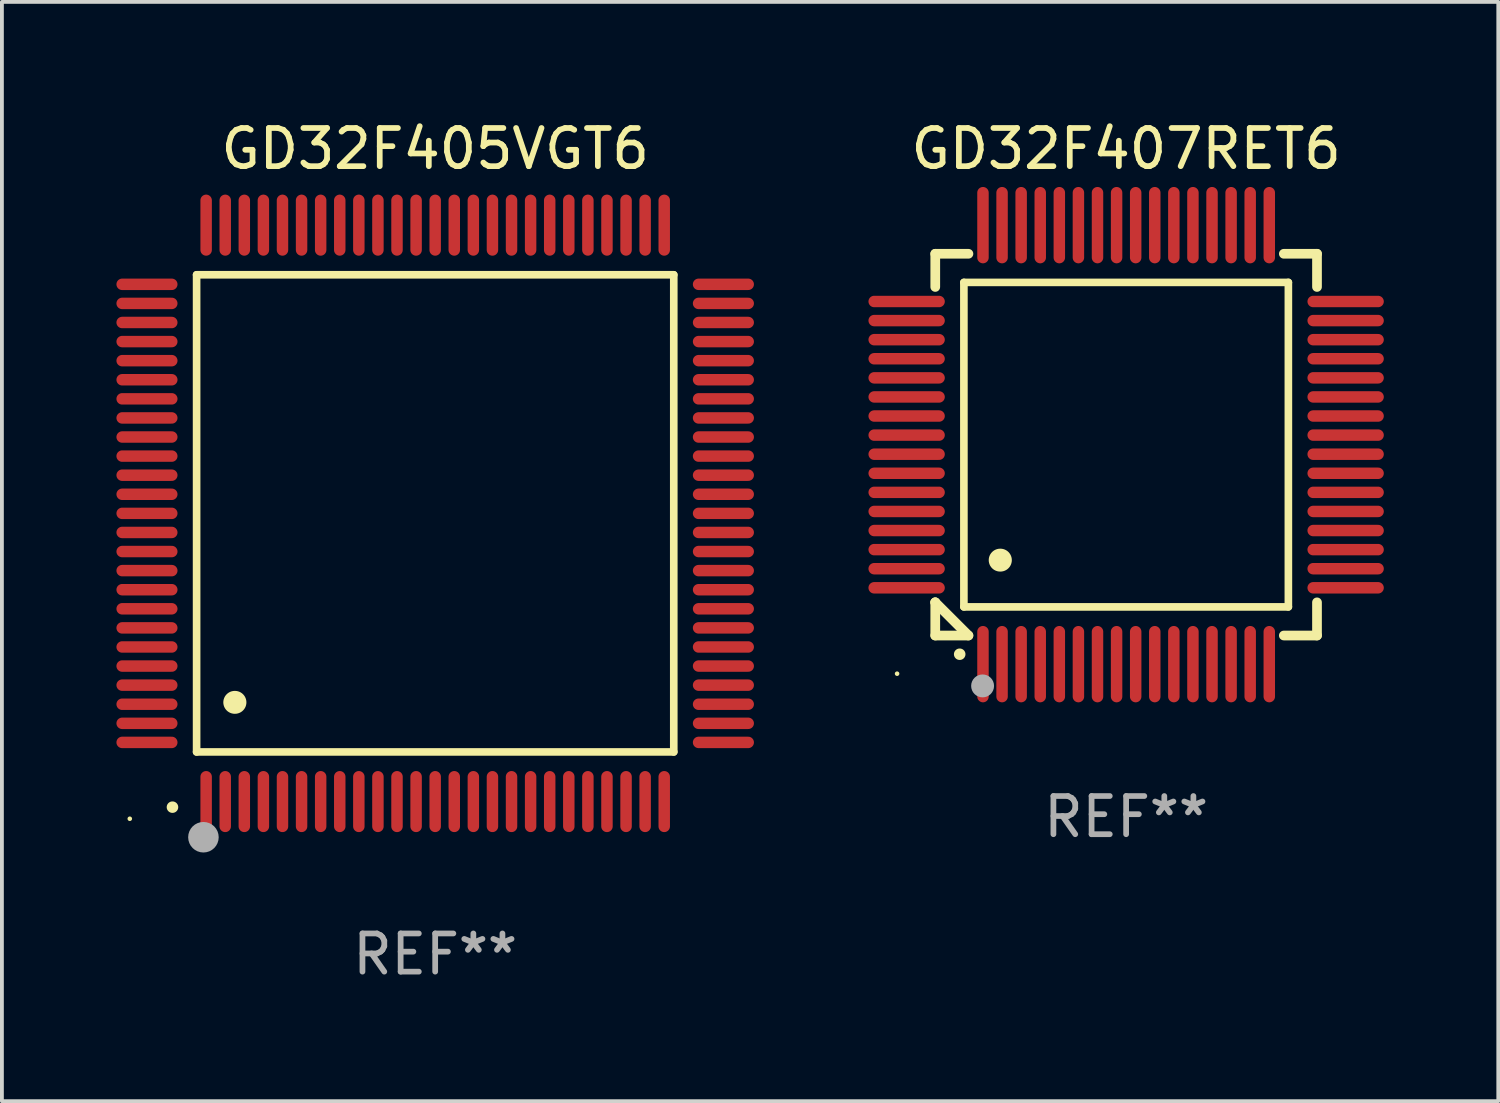
<source format=kicad_pcb>
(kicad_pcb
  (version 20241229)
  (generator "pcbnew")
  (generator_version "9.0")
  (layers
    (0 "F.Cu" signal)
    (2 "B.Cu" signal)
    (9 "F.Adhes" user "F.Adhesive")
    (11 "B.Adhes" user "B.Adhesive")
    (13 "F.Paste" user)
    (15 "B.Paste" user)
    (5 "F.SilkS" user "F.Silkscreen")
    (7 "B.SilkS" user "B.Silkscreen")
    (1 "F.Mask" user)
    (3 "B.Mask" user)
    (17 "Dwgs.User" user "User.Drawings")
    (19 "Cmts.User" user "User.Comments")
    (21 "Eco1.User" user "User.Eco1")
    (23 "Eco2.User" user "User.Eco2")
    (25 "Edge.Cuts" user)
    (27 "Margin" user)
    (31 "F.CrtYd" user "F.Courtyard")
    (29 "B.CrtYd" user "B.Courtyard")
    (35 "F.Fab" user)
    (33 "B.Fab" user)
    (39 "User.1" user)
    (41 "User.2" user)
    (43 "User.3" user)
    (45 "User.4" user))
  (footprint "GD32F407RET6"
    (layer "F.Cu")
    (at 26.45 8.598)
    (property "Reference" "GD32F407RET6" (at 0 -7.75 0) (layer "F.SilkS") (effects (font (size 1 1) (thickness 0.15))))
    (attr through_hole)
    (fp_line (start -5 -5) (end -4.131 -5) (stroke (width 0.254) (type solid)) (layer "F.SilkS"))
    (fp_line (start -5 -4.131) (end -5 -5) (stroke (width 0.254) (type solid)) (layer "F.SilkS"))
    (fp_line (start -5 4.131) (end -5 4.131) (stroke (width 0.254) (type solid)) (layer "F.SilkS"))
    (fp_line (start -5 5) (end -5 4.131) (stroke (width 0.254) (type solid)) (layer "F.SilkS"))
    (fp_line (start -5 4.131) (end -4.131 5) (stroke (width 0.254) (type solid)) (layer "F.SilkS"))
    (fp_line (start -4.25 -4.25) (end -4.25 4.25) (stroke (width 0.2) (type solid)) (layer "F.SilkS"))
    (fp_line (start -4.25 4.25) (end 4.25 4.25) (stroke (width 0.2) (type solid)) (layer "F.SilkS"))
    (fp_line (start -4.131 5) (end -5 5) (stroke (width 0.254) (type solid)) (layer "F.SilkS"))
    (fp_line (start 4.25 -4.25) (end -4.25 -4.25) (stroke (width 0.2) (type solid)) (layer "F.SilkS"))
    (fp_line (start 4.25 4.25) (end 4.25 -4.25) (stroke (width 0.2) (type solid)) (layer "F.SilkS"))
    (fp_line (start 5 -5) (end 4.131 -5) (stroke (width 0.254) (type solid)) (layer "F.SilkS"))
    (fp_line (start 5 -5) (end 5 -4.131) (stroke (width 0.254) (type solid)) (layer "F.SilkS"))
    (fp_line (start 5 4.131) (end 5 5) (stroke (width 0.254) (type solid)) (layer "F.SilkS"))
    (fp_line (start 5 5) (end 4.131 5) (stroke (width 0.254) (type solid)) (layer "F.SilkS"))
    (fp_arc (start -4.361265 5.489992) (mid -4.359995 5.489987) (end -4.358725 5.489992) (stroke (width 0.3) (type solid)) (layer "F.SilkS"))
    (fp_arc (start -3.299467 3.025146) (mid -3.296927 3.025135) (end -3.294387 3.025146) (stroke (width 0.6) (type solid)) (layer "F.SilkS"))
    (fp_circle (center -6 6) (end -5.97 6) (stroke (width 0.06) (type solid)) (fill no) (layer "F.SilkS"))
    (fp_circle (center -3.76 6.32) (end -3.61 6.32) (stroke (width 0.3) (type solid)) (fill no) (layer "F.Fab"))
    (fp_text user "REF**" (at 0 9.75 0) (layer "F.Fab") (effects (font (size 1 1) (thickness 0.15))))
    (pad "1" smd oval (at -3.75 5.75) (size 0.3 2) (layers "F.Cu" "F.Mask" "F.Paste"))
    (pad "2" smd oval (at -3.25 5.75) (size 0.3 2) (layers "F.Cu" "F.Mask" "F.Paste"))
    (pad "3" smd oval (at -2.75 5.75) (size 0.3 2) (layers "F.Cu" "F.Mask" "F.Paste"))
    (pad "4" smd oval (at -2.25 5.75) (size 0.3 2) (layers "F.Cu" "F.Mask" "F.Paste"))
    (pad "5" smd oval (at -1.75 5.75) (size 0.3 2) (layers "F.Cu" "F.Mask" "F.Paste"))
    (pad "6" smd oval (at -1.25 5.75) (size 0.3 2) (layers "F.Cu" "F.Mask" "F.Paste"))
    (pad "7" smd oval (at -0.75 5.75) (size 0.3 2) (layers "F.Cu" "F.Mask" "F.Paste"))
    (pad "8" smd oval (at -0.25 5.75) (size 0.3 2) (layers "F.Cu" "F.Mask" "F.Paste"))
    (pad "9" smd oval (at 0.25 5.75) (size 0.3 2) (layers "F.Cu" "F.Mask" "F.Paste"))
    (pad "10" smd oval (at 0.75 5.75) (size 0.3 2) (layers "F.Cu" "F.Mask" "F.Paste"))
    (pad "11" smd oval (at 1.25 5.75) (size 0.3 2) (layers "F.Cu" "F.Mask" "F.Paste"))
    (pad "12" smd oval (at 1.75 5.75) (size 0.3 2) (layers "F.Cu" "F.Mask" "F.Paste"))
    (pad "13" smd oval (at 2.25 5.75) (size 0.3 2) (layers "F.Cu" "F.Mask" "F.Paste"))
    (pad "14" smd oval (at 2.75 5.75) (size 0.3 2) (layers "F.Cu" "F.Mask" "F.Paste"))
    (pad "15" smd oval (at 3.25 5.75) (size 0.3 2) (layers "F.Cu" "F.Mask" "F.Paste"))
    (pad "16" smd oval (at 3.75 5.75) (size 0.3 2) (layers "F.Cu" "F.Mask" "F.Paste"))
    (pad "17" smd oval (at 5.75 3.75) (size 2 0.3) (layers "F.Cu" "F.Mask" "F.Paste"))
    (pad "18" smd oval (at 5.75 3.25) (size 2 0.3) (layers "F.Cu" "F.Mask" "F.Paste"))
    (pad "19" smd oval (at 5.75 2.75) (size 2 0.3) (layers "F.Cu" "F.Mask" "F.Paste"))
    (pad "20" smd oval (at 5.75 2.25) (size 2 0.3) (layers "F.Cu" "F.Mask" "F.Paste"))
    (pad "21" smd oval (at 5.75 1.75) (size 2 0.3) (layers "F.Cu" "F.Mask" "F.Paste"))
    (pad "22" smd oval (at 5.75 1.25) (size 2 0.3) (layers "F.Cu" "F.Mask" "F.Paste"))
    (pad "23" smd oval (at 5.75 0.75) (size 2 0.3) (layers "F.Cu" "F.Mask" "F.Paste"))
    (pad "24" smd oval (at 5.75 0.25) (size 2 0.3) (layers "F.Cu" "F.Mask" "F.Paste"))
    (pad "25" smd oval (at 5.75 -0.25) (size 2 0.3) (layers "F.Cu" "F.Mask" "F.Paste"))
    (pad "26" smd oval (at 5.75 -0.75) (size 2 0.3) (layers "F.Cu" "F.Mask" "F.Paste"))
    (pad "27" smd oval (at 5.75 -1.25) (size 2 0.3) (layers "F.Cu" "F.Mask" "F.Paste"))
    (pad "28" smd oval (at 5.75 -1.75) (size 2 0.3) (layers "F.Cu" "F.Mask" "F.Paste"))
    (pad "29" smd oval (at 5.75 -2.25) (size 2 0.3) (layers "F.Cu" "F.Mask" "F.Paste"))
    (pad "30" smd oval (at 5.75 -2.75) (size 2 0.3) (layers "F.Cu" "F.Mask" "F.Paste"))
    (pad "31" smd oval (at 5.75 -3.25) (size 2 0.3) (layers "F.Cu" "F.Mask" "F.Paste"))
    (pad "32" smd oval (at 5.75 -3.75) (size 2 0.3) (layers "F.Cu" "F.Mask" "F.Paste"))
    (pad "33" smd oval (at 3.75 -5.75) (size 0.3 2) (layers "F.Cu" "F.Mask" "F.Paste"))
    (pad "34" smd oval (at 3.25 -5.75) (size 0.3 2) (layers "F.Cu" "F.Mask" "F.Paste"))
    (pad "35" smd oval (at 2.75 -5.75) (size 0.3 2) (layers "F.Cu" "F.Mask" "F.Paste"))
    (pad "36" smd oval (at 2.25 -5.75) (size 0.3 2) (layers "F.Cu" "F.Mask" "F.Paste"))
    (pad "37" smd oval (at 1.75 -5.75) (size 0.3 2) (layers "F.Cu" "F.Mask" "F.Paste"))
    (pad "38" smd oval (at 1.25 -5.75) (size 0.3 2) (layers "F.Cu" "F.Mask" "F.Paste"))
    (pad "39" smd oval (at 0.75 -5.75) (size 0.3 2) (layers "F.Cu" "F.Mask" "F.Paste"))
    (pad "40" smd oval (at 0.25 -5.75) (size 0.3 2) (layers "F.Cu" "F.Mask" "F.Paste"))
    (pad "41" smd oval (at -0.25 -5.75) (size 0.3 2) (layers "F.Cu" "F.Mask" "F.Paste"))
    (pad "42" smd oval (at -0.75 -5.75) (size 0.3 2) (layers "F.Cu" "F.Mask" "F.Paste"))
    (pad "43" smd oval (at -1.25 -5.75) (size 0.3 2) (layers "F.Cu" "F.Mask" "F.Paste"))
    (pad "44" smd oval (at -1.75 -5.75) (size 0.3 2) (layers "F.Cu" "F.Mask" "F.Paste"))
    (pad "45" smd oval (at -2.25 -5.75) (size 0.3 2) (layers "F.Cu" "F.Mask" "F.Paste"))
    (pad "46" smd oval (at -2.75 -5.75) (size 0.3 2) (layers "F.Cu" "F.Mask" "F.Paste"))
    (pad "47" smd oval (at -3.25 -5.75) (size 0.3 2) (layers "F.Cu" "F.Mask" "F.Paste"))
    (pad "48" smd oval (at -3.75 -5.75) (size 0.3 2) (layers "F.Cu" "F.Mask" "F.Paste"))
    (pad "49" smd oval (at -5.75 -3.75) (size 2 0.3) (layers "F.Cu" "F.Mask" "F.Paste"))
    (pad "50" smd oval (at -5.75 -3.25) (size 2 0.3) (layers "F.Cu" "F.Mask" "F.Paste"))
    (pad "51" smd oval (at -5.75 -2.75) (size 2 0.3) (layers "F.Cu" "F.Mask" "F.Paste"))
    (pad "52" smd oval (at -5.75 -2.25) (size 2 0.3) (layers "F.Cu" "F.Mask" "F.Paste"))
    (pad "53" smd oval (at -5.75 -1.75) (size 2 0.3) (layers "F.Cu" "F.Mask" "F.Paste"))
    (pad "54" smd oval (at -5.75 -1.25) (size 2 0.3) (layers "F.Cu" "F.Mask" "F.Paste"))
    (pad "55" smd oval (at -5.75 -0.75) (size 2 0.3) (layers "F.Cu" "F.Mask" "F.Paste"))
    (pad "56" smd oval (at -5.75 -0.25) (size 2 0.3) (layers "F.Cu" "F.Mask" "F.Paste"))
    (pad "57" smd oval (at -5.75 0.25) (size 2 0.3) (layers "F.Cu" "F.Mask" "F.Paste"))
    (pad "58" smd oval (at -5.75 0.75) (size 2 0.3) (layers "F.Cu" "F.Mask" "F.Paste"))
    (pad "59" smd oval (at -5.75 1.25) (size 2 0.3) (layers "F.Cu" "F.Mask" "F.Paste"))
    (pad "60" smd oval (at -5.75 1.75) (size 2 0.3) (layers "F.Cu" "F.Mask" "F.Paste"))
    (pad "61" smd oval (at -5.75 2.25) (size 2 0.3) (layers "F.Cu" "F.Mask" "F.Paste"))
    (pad "62" smd oval (at -5.75 2.75) (size 2 0.3) (layers "F.Cu" "F.Mask" "F.Paste"))
    (pad "63" smd oval (at -5.75 3.25) (size 2 0.3) (layers "F.Cu" "F.Mask" "F.Paste"))
    (pad "64" smd oval (at -5.75 3.75) (size 2 0.3) (layers "F.Cu" "F.Mask" "F.Paste")))
  (footprint "GD32F405VGT6"
    (layer "F.Cu")
    (at 8.35 10.398)
    (property "Reference" "GD32F405VGT6" (at 0 -9.55 0) (layer "F.SilkS") (effects (font (size 1 1) (thickness 0.15))))
    (attr through_hole)
    (fp_line (start -6.25 -6.25) (end -6.25 6.25) (stroke (width 0.2) (type solid)) (layer "F.SilkS"))
    (fp_line (start -6.25 6.25) (end 6.25 6.25) (stroke (width 0.2) (type solid)) (layer "F.SilkS"))
    (fp_line (start 6.25 -6.25) (end -6.25 -6.25) (stroke (width 0.2) (type solid)) (layer "F.SilkS"))
    (fp_line (start 6.25 6.25) (end 6.25 -6.25) (stroke (width 0.2) (type solid)) (layer "F.SilkS"))
    (fp_arc (start -6.883414 7.696215) (mid -6.882144 7.69621) (end -6.880874 7.696215) (stroke (width 0.3) (type solid)) (layer "F.SilkS"))
    (fp_arc (start -5.250191 4.95047) (mid -5.247651 4.950459) (end -5.245111 4.95047) (stroke (width 0.6) (type solid)) (layer "F.SilkS"))
    (fp_circle (center -8 8) (end -7.97 8) (stroke (width 0.06) (type solid)) (fill no) (layer "F.SilkS"))
    (fp_circle (center -6.071 8.484) (end -5.871 8.484) (stroke (width 0.4) (type solid)) (fill no) (layer "F.Fab"))
    (fp_text user "REF**" (at 0 11.55 0) (layer "F.Fab") (effects (font (size 1 1) (thickness 0.15))))
    (pad "1" smd oval (at -6 7.55) (size 0.3 1.6) (layers "F.Cu" "F.Mask" "F.Paste"))
    (pad "2" smd oval (at -5.5 7.55) (size 0.3 1.6) (layers "F.Cu" "F.Mask" "F.Paste"))
    (pad "3" smd oval (at -5 7.55) (size 0.3 1.6) (layers "F.Cu" "F.Mask" "F.Paste"))
    (pad "4" smd oval (at -4.5 7.55) (size 0.3 1.6) (layers "F.Cu" "F.Mask" "F.Paste"))
    (pad "5" smd oval (at -4 7.55) (size 0.3 1.6) (layers "F.Cu" "F.Mask" "F.Paste"))
    (pad "6" smd oval (at -3.5 7.55) (size 0.3 1.6) (layers "F.Cu" "F.Mask" "F.Paste"))
    (pad "7" smd oval (at -3 7.55) (size 0.3 1.6) (layers "F.Cu" "F.Mask" "F.Paste"))
    (pad "8" smd oval (at -2.5 7.55) (size 0.3 1.6) (layers "F.Cu" "F.Mask" "F.Paste"))
    (pad "9" smd oval (at -2 7.55) (size 0.3 1.6) (layers "F.Cu" "F.Mask" "F.Paste"))
    (pad "10" smd oval (at -1.5 7.55) (size 0.3 1.6) (layers "F.Cu" "F.Mask" "F.Paste"))
    (pad "11" smd oval (at -1 7.55) (size 0.3 1.6) (layers "F.Cu" "F.Mask" "F.Paste"))
    (pad "12" smd oval (at -0.5 7.55) (size 0.3 1.6) (layers "F.Cu" "F.Mask" "F.Paste"))
    (pad "13" smd oval (at 0 7.55) (size 0.3 1.6) (layers "F.Cu" "F.Mask" "F.Paste"))
    (pad "14" smd oval (at 0.5 7.55) (size 0.3 1.6) (layers "F.Cu" "F.Mask" "F.Paste"))
    (pad "15" smd oval (at 1 7.55) (size 0.3 1.6) (layers "F.Cu" "F.Mask" "F.Paste"))
    (pad "16" smd oval (at 1.5 7.55) (size 0.3 1.6) (layers "F.Cu" "F.Mask" "F.Paste"))
    (pad "17" smd oval (at 2 7.55) (size 0.3 1.6) (layers "F.Cu" "F.Mask" "F.Paste"))
    (pad "18" smd oval (at 2.5 7.55) (size 0.3 1.6) (layers "F.Cu" "F.Mask" "F.Paste"))
    (pad "19" smd oval (at 3 7.55) (size 0.3 1.6) (layers "F.Cu" "F.Mask" "F.Paste"))
    (pad "20" smd oval (at 3.5 7.55) (size 0.3 1.6) (layers "F.Cu" "F.Mask" "F.Paste"))
    (pad "21" smd oval (at 4 7.55) (size 0.3 1.6) (layers "F.Cu" "F.Mask" "F.Paste"))
    (pad "22" smd oval (at 4.5 7.55) (size 0.3 1.6) (layers "F.Cu" "F.Mask" "F.Paste"))
    (pad "23" smd oval (at 5 7.55) (size 0.3 1.6) (layers "F.Cu" "F.Mask" "F.Paste"))
    (pad "24" smd oval (at 5.5 7.55) (size 0.3 1.6) (layers "F.Cu" "F.Mask" "F.Paste"))
    (pad "25" smd oval (at 6 7.55) (size 0.3 1.6) (layers "F.Cu" "F.Mask" "F.Paste"))
    (pad "26" smd oval (at 7.55 6) (size 1.6 0.3) (layers "F.Cu" "F.Mask" "F.Paste"))
    (pad "27" smd oval (at 7.55 5.5) (size 1.6 0.3) (layers "F.Cu" "F.Mask" "F.Paste"))
    (pad "28" smd oval (at 7.55 5) (size 1.6 0.3) (layers "F.Cu" "F.Mask" "F.Paste"))
    (pad "29" smd oval (at 7.55 4.5) (size 1.6 0.3) (layers "F.Cu" "F.Mask" "F.Paste"))
    (pad "30" smd oval (at 7.55 4) (size 1.6 0.3) (layers "F.Cu" "F.Mask" "F.Paste"))
    (pad "31" smd oval (at 7.55 3.5) (size 1.6 0.3) (layers "F.Cu" "F.Mask" "F.Paste"))
    (pad "32" smd oval (at 7.55 3) (size 1.6 0.3) (layers "F.Cu" "F.Mask" "F.Paste"))
    (pad "33" smd oval (at 7.55 2.5) (size 1.6 0.3) (layers "F.Cu" "F.Mask" "F.Paste"))
    (pad "34" smd oval (at 7.55 2) (size 1.6 0.3) (layers "F.Cu" "F.Mask" "F.Paste"))
    (pad "35" smd oval (at 7.55 1.5) (size 1.6 0.3) (layers "F.Cu" "F.Mask" "F.Paste"))
    (pad "36" smd oval (at 7.55 1) (size 1.6 0.3) (layers "F.Cu" "F.Mask" "F.Paste"))
    (pad "37" smd oval (at 7.55 0.5) (size 1.6 0.3) (layers "F.Cu" "F.Mask" "F.Paste"))
    (pad "38" smd oval (at 7.55 0) (size 1.6 0.3) (layers "F.Cu" "F.Mask" "F.Paste"))
    (pad "39" smd oval (at 7.55 -0.5) (size 1.6 0.3) (layers "F.Cu" "F.Mask" "F.Paste"))
    (pad "40" smd oval (at 7.55 -1) (size 1.6 0.3) (layers "F.Cu" "F.Mask" "F.Paste"))
    (pad "41" smd oval (at 7.55 -1.5) (size 1.6 0.3) (layers "F.Cu" "F.Mask" "F.Paste"))
    (pad "42" smd oval (at 7.55 -2) (size 1.6 0.3) (layers "F.Cu" "F.Mask" "F.Paste"))
    (pad "43" smd oval (at 7.55 -2.5) (size 1.6 0.3) (layers "F.Cu" "F.Mask" "F.Paste"))
    (pad "44" smd oval (at 7.55 -3) (size 1.6 0.3) (layers "F.Cu" "F.Mask" "F.Paste"))
    (pad "45" smd oval (at 7.55 -3.5) (size 1.6 0.3) (layers "F.Cu" "F.Mask" "F.Paste"))
    (pad "46" smd oval (at 7.55 -4) (size 1.6 0.3) (layers "F.Cu" "F.Mask" "F.Paste"))
    (pad "47" smd oval (at 7.55 -4.5) (size 1.6 0.3) (layers "F.Cu" "F.Mask" "F.Paste"))
    (pad "48" smd oval (at 7.55 -5) (size 1.6 0.3) (layers "F.Cu" "F.Mask" "F.Paste"))
    (pad "49" smd oval (at 7.55 -5.5) (size 1.6 0.3) (layers "F.Cu" "F.Mask" "F.Paste"))
    (pad "50" smd oval (at 7.55 -6) (size 1.6 0.3) (layers "F.Cu" "F.Mask" "F.Paste"))
    (pad "51" smd oval (at 6 -7.55) (size 0.3 1.6) (layers "F.Cu" "F.Mask" "F.Paste"))
    (pad "52" smd oval (at 5.5 -7.55) (size 0.3 1.6) (layers "F.Cu" "F.Mask" "F.Paste"))
    (pad "53" smd oval (at 5 -7.55) (size 0.3 1.6) (layers "F.Cu" "F.Mask" "F.Paste"))
    (pad "54" smd oval (at 4.5 -7.55) (size 0.3 1.6) (layers "F.Cu" "F.Mask" "F.Paste"))
    (pad "55" smd oval (at 4 -7.55) (size 0.3 1.6) (layers "F.Cu" "F.Mask" "F.Paste"))
    (pad "56" smd oval (at 3.5 -7.55) (size 0.3 1.6) (layers "F.Cu" "F.Mask" "F.Paste"))
    (pad "57" smd oval (at 3 -7.55) (size 0.3 1.6) (layers "F.Cu" "F.Mask" "F.Paste"))
    (pad "58" smd oval (at 2.5 -7.55) (size 0.3 1.6) (layers "F.Cu" "F.Mask" "F.Paste"))
    (pad "59" smd oval (at 2 -7.55) (size 0.3 1.6) (layers "F.Cu" "F.Mask" "F.Paste"))
    (pad "60" smd oval (at 1.5 -7.55) (size 0.3 1.6) (layers "F.Cu" "F.Mask" "F.Paste"))
    (pad "61" smd oval (at 1 -7.55) (size 0.3 1.6) (layers "F.Cu" "F.Mask" "F.Paste"))
    (pad "62" smd oval (at 0.5 -7.55) (size 0.3 1.6) (layers "F.Cu" "F.Mask" "F.Paste"))
    (pad "63" smd oval (at 0 -7.55) (size 0.3 1.6) (layers "F.Cu" "F.Mask" "F.Paste"))
    (pad "64" smd oval (at -0.5 -7.55) (size 0.3 1.6) (layers "F.Cu" "F.Mask" "F.Paste"))
    (pad "65" smd oval (at -1 -7.55) (size 0.3 1.6) (layers "F.Cu" "F.Mask" "F.Paste"))
    (pad "66" smd oval (at -1.5 -7.55) (size 0.3 1.6) (layers "F.Cu" "F.Mask" "F.Paste"))
    (pad "67" smd oval (at -2 -7.55) (size 0.3 1.6) (layers "F.Cu" "F.Mask" "F.Paste"))
    (pad "68" smd oval (at -2.5 -7.55) (size 0.3 1.6) (layers "F.Cu" "F.Mask" "F.Paste"))
    (pad "69" smd oval (at -3 -7.55) (size 0.3 1.6) (layers "F.Cu" "F.Mask" "F.Paste"))
    (pad "70" smd oval (at -3.5 -7.55) (size 0.3 1.6) (layers "F.Cu" "F.Mask" "F.Paste"))
    (pad "71" smd oval (at -4 -7.55) (size 0.3 1.6) (layers "F.Cu" "F.Mask" "F.Paste"))
    (pad "72" smd oval (at -4.5 -7.55) (size 0.3 1.6) (layers "F.Cu" "F.Mask" "F.Paste"))
    (pad "73" smd oval (at -5 -7.55) (size 0.3 1.6) (layers "F.Cu" "F.Mask" "F.Paste"))
    (pad "74" smd oval (at -5.5 -7.55) (size 0.3 1.6) (layers "F.Cu" "F.Mask" "F.Paste"))
    (pad "75" smd oval (at -6 -7.55) (size 0.3 1.6) (layers "F.Cu" "F.Mask" "F.Paste"))
    (pad "76" smd oval (at -7.55 -6) (size 1.6 0.3) (layers "F.Cu" "F.Mask" "F.Paste"))
    (pad "77" smd oval (at -7.55 -5.5) (size 1.6 0.3) (layers "F.Cu" "F.Mask" "F.Paste"))
    (pad "78" smd oval (at -7.55 -5) (size 1.6 0.3) (layers "F.Cu" "F.Mask" "F.Paste"))
    (pad "79" smd oval (at -7.55 -4.5) (size 1.6 0.3) (layers "F.Cu" "F.Mask" "F.Paste"))
    (pad "80" smd oval (at -7.55 -4) (size 1.6 0.3) (layers "F.Cu" "F.Mask" "F.Paste"))
    (pad "81" smd oval (at -7.55 -3.5) (size 1.6 0.3) (layers "F.Cu" "F.Mask" "F.Paste"))
    (pad "82" smd oval (at -7.55 -3) (size 1.6 0.3) (layers "F.Cu" "F.Mask" "F.Paste"))
    (pad "83" smd oval (at -7.55 -2.5) (size 1.6 0.3) (layers "F.Cu" "F.Mask" "F.Paste"))
    (pad "84" smd oval (at -7.55 -2) (size 1.6 0.3) (layers "F.Cu" "F.Mask" "F.Paste"))
    (pad "85" smd oval (at -7.55 -1.5) (size 1.6 0.3) (layers "F.Cu" "F.Mask" "F.Paste"))
    (pad "86" smd oval (at -7.55 -1) (size 1.6 0.3) (layers "F.Cu" "F.Mask" "F.Paste"))
    (pad "87" smd oval (at -7.55 -0.5) (size 1.6 0.3) (layers "F.Cu" "F.Mask" "F.Paste"))
    (pad "88" smd oval (at -7.55 0) (size 1.6 0.3) (layers "F.Cu" "F.Mask" "F.Paste"))
    (pad "89" smd oval (at -7.55 0.5) (size 1.6 0.3) (layers "F.Cu" "F.Mask" "F.Paste"))
    (pad "90" smd oval (at -7.55 1) (size 1.6 0.3) (layers "F.Cu" "F.Mask" "F.Paste"))
    (pad "91" smd oval (at -7.55 1.5) (size 1.6 0.3) (layers "F.Cu" "F.Mask" "F.Paste"))
    (pad "92" smd oval (at -7.55 2) (size 1.6 0.3) (layers "F.Cu" "F.Mask" "F.Paste"))
    (pad "93" smd oval (at -7.55 2.5) (size 1.6 0.3) (layers "F.Cu" "F.Mask" "F.Paste"))
    (pad "94" smd oval (at -7.55 3) (size 1.6 0.3) (layers "F.Cu" "F.Mask" "F.Paste"))
    (pad "95" smd oval (at -7.55 3.5) (size 1.6 0.3) (layers "F.Cu" "F.Mask" "F.Paste"))
    (pad "96" smd oval (at -7.55 4) (size 1.6 0.3) (layers "F.Cu" "F.Mask" "F.Paste"))
    (pad "97" smd oval (at -7.55 4.5) (size 1.6 0.3) (layers "F.Cu" "F.Mask" "F.Paste"))
    (pad "98" smd oval (at -7.55 5) (size 1.6 0.3) (layers "F.Cu" "F.Mask" "F.Paste"))
    (pad "99" smd oval (at -7.55 5.5) (size 1.6 0.3) (layers "F.Cu" "F.Mask" "F.Paste"))
    (pad "100" smd oval (at -7.55 6) (size 1.6 0.3) (layers "F.Cu" "F.Mask" "F.Paste")))
  (gr_rect
    (start -3 -3)
    (end 36.199 25.796)
    (stroke (width 0.1) (type default))
    (fill no)
    (layer "Edge.Cuts")))
</source>
